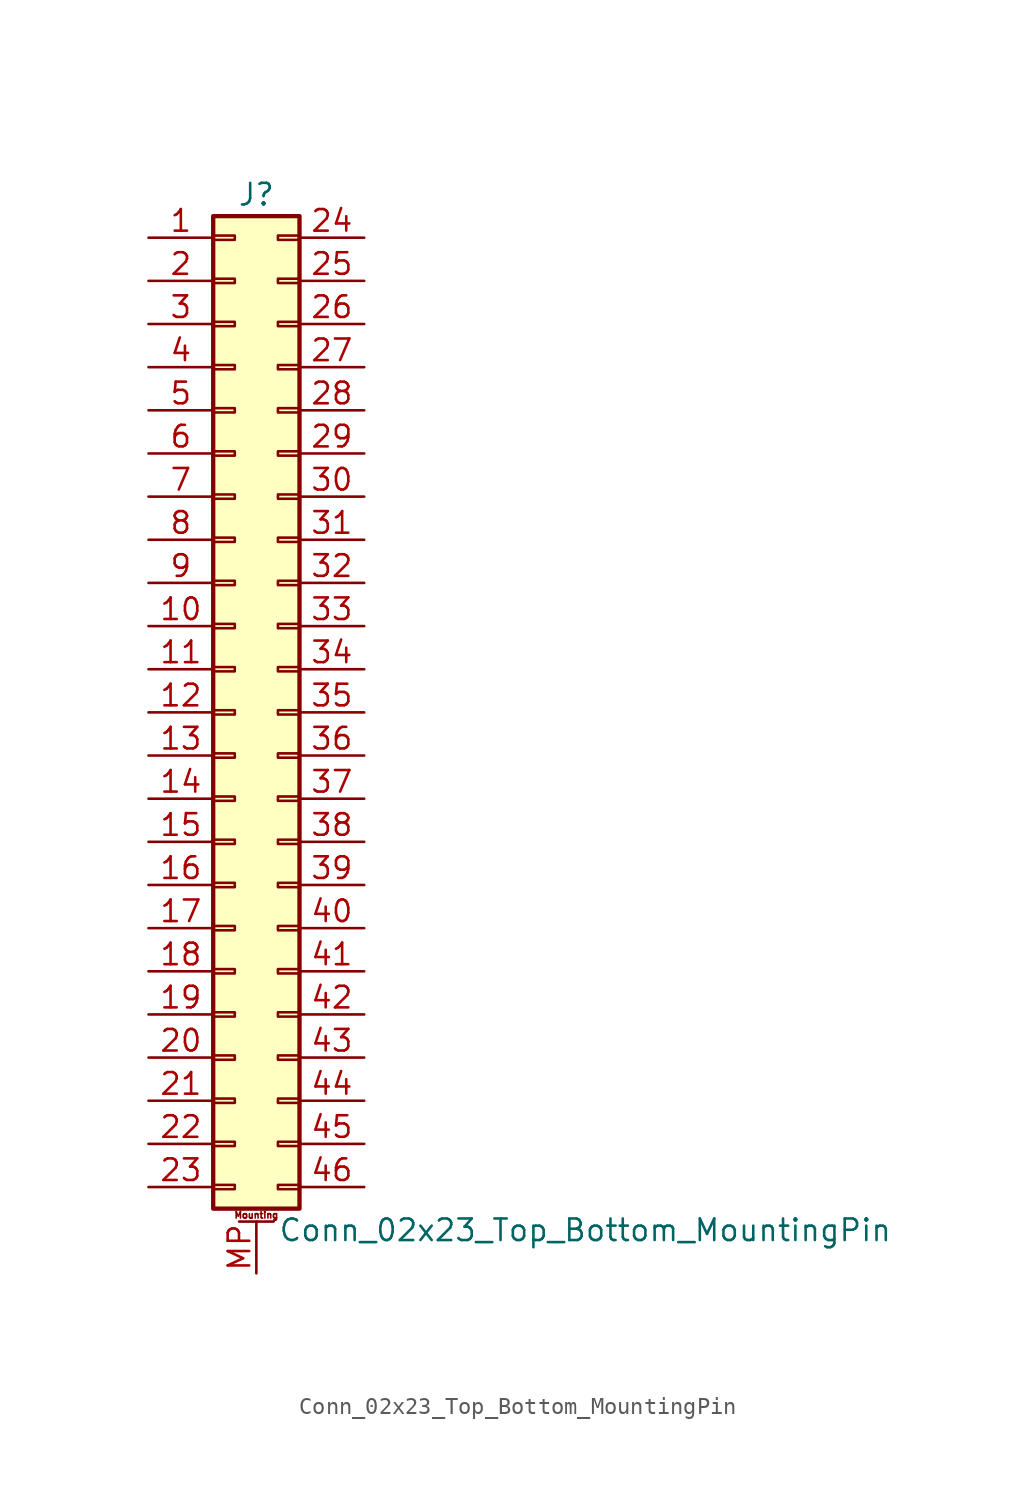
<source format=kicad_sym>
(kicad_symbol_lib
  (version 20201005)
  (generator kicad_symbol_editor)
  (symbol "Conn_02x23_Top_Bottom_MountingPin"
    (pin_names
      (offset 1.016) hide)
    (property "Reference" "J"
      (at 1.27 30.48 0)
      (effects (font (size 1.27 1.27))))
    (property "Value" "Conn_02x23_Top_Bottom_MountingPin"
      (at 2.54 -30.48 0)
      (effects (font (size 1.27 1.27)) (justify left)))
    (symbol "Conn_02x23_Top_Bottom_MountingPin_1_1"
      (text "Mounting" (at 1.27 -29.591 0) (effects (font (size 0.381 0.381))))
      (rectangle (start -1.27 -27.813) (end 0 -28.067) (stroke (width 0.152)) (fill (type none)))
      (rectangle (start -1.27 -25.273) (end 0 -25.527) (stroke (width 0.152)) (fill (type none)))
      (rectangle (start -1.27 -22.733) (end 0 -22.987) (stroke (width 0.152)) (fill (type none)))
      (rectangle (start -1.27 -20.193) (end 0 -20.447) (stroke (width 0.152)) (fill (type none)))
      (rectangle (start -1.27 -17.653) (end 0 -17.907) (stroke (width 0.152)) (fill (type none)))
      (rectangle (start -1.27 -15.113) (end 0 -15.367) (stroke (width 0.152)) (fill (type none)))
      (rectangle (start -1.27 -12.573) (end 0 -12.827) (stroke (width 0.152)) (fill (type none)))
      (rectangle (start -1.27 -10.033) (end 0 -10.287) (stroke (width 0.152)) (fill (type none)))
      (rectangle (start -1.27 -7.493) (end 0 -7.747) (stroke (width 0.152)) (fill (type none)))
      (rectangle (start -1.27 -4.953) (end 0 -5.207) (stroke (width 0.152)) (fill (type none)))
      (rectangle (start -1.27 -2.413) (end 0 -2.667) (stroke (width 0.152)) (fill (type none)))
      (rectangle (start -1.27 0.127) (end 0 -0.127) (stroke (width 0.152)) (fill (type none)))
      (rectangle (start -1.27 2.667) (end 0 2.413) (stroke (width 0.152)) (fill (type none)))
      (rectangle (start -1.27 5.207) (end 0 4.953) (stroke (width 0.152)) (fill (type none)))
      (rectangle (start -1.27 7.747) (end 0 7.493) (stroke (width 0.152)) (fill (type none)))
      (rectangle (start -1.27 10.287) (end 0 10.033) (stroke (width 0.152)) (fill (type none)))
      (rectangle (start -1.27 12.827) (end 0 12.573) (stroke (width 0.152)) (fill (type none)))
      (rectangle (start -1.27 15.367) (end 0 15.113) (stroke (width 0.152)) (fill (type none)))
      (rectangle (start -1.27 17.907) (end 0 17.653) (stroke (width 0.152)) (fill (type none)))
      (rectangle (start -1.27 20.447) (end 0 20.193) (stroke (width 0.152)) (fill (type none)))
      (rectangle (start -1.27 22.987) (end 0 22.733) (stroke (width 0.152)) (fill (type none)))
      (rectangle (start -1.27 25.527) (end 0 25.273) (stroke (width 0.152)) (fill (type none)))
      (rectangle (start -1.27 28.067) (end 0 27.813) (stroke (width 0.152)) (fill (type none)))
      (rectangle (start 3.81 -27.813) (end 2.54 -28.067) (stroke (width 0.152)) (fill (type none)))
      (rectangle (start 3.81 -25.273) (end 2.54 -25.527) (stroke (width 0.152)) (fill (type none)))
      (rectangle (start 3.81 -22.733) (end 2.54 -22.987) (stroke (width 0.152)) (fill (type none)))
      (rectangle (start 3.81 -20.193) (end 2.54 -20.447) (stroke (width 0.152)) (fill (type none)))
      (rectangle (start 3.81 -17.653) (end 2.54 -17.907) (stroke (width 0.152)) (fill (type none)))
      (rectangle (start 3.81 -15.113) (end 2.54 -15.367) (stroke (width 0.152)) (fill (type none)))
      (rectangle (start 3.81 -12.573) (end 2.54 -12.827) (stroke (width 0.152)) (fill (type none)))
      (rectangle (start 3.81 -10.033) (end 2.54 -10.287) (stroke (width 0.152)) (fill (type none)))
      (rectangle (start 3.81 -7.493) (end 2.54 -7.747) (stroke (width 0.152)) (fill (type none)))
      (rectangle (start 3.81 -4.953) (end 2.54 -5.207) (stroke (width 0.152)) (fill (type none)))
      (rectangle (start 3.81 -2.413) (end 2.54 -2.667) (stroke (width 0.152)) (fill (type none)))
      (rectangle (start 3.81 0.127) (end 2.54 -0.127) (stroke (width 0.152)) (fill (type none)))
      (rectangle (start 3.81 2.667) (end 2.54 2.413) (stroke (width 0.152)) (fill (type none)))
      (rectangle (start 3.81 5.207) (end 2.54 4.953) (stroke (width 0.152)) (fill (type none)))
      (rectangle (start 3.81 7.747) (end 2.54 7.493) (stroke (width 0.152)) (fill (type none)))
      (rectangle (start 3.81 10.287) (end 2.54 10.033) (stroke (width 0.152)) (fill (type none)))
      (rectangle (start 3.81 12.827) (end 2.54 12.573) (stroke (width 0.152)) (fill (type none)))
      (rectangle (start 3.81 15.367) (end 2.54 15.113) (stroke (width 0.152)) (fill (type none)))
      (rectangle (start 3.81 17.907) (end 2.54 17.653) (stroke (width 0.152)) (fill (type none)))
      (rectangle (start 3.81 20.447) (end 2.54 20.193) (stroke (width 0.152)) (fill (type none)))
      (rectangle (start 3.81 22.987) (end 2.54 22.733) (stroke (width 0.152)) (fill (type none)))
      (rectangle (start 3.81 25.527) (end 2.54 25.273) (stroke (width 0.152)) (fill (type none)))
      (rectangle (start 3.81 28.067) (end 2.54 27.813) (stroke (width 0.152)) (fill (type none)))
      (rectangle (start -1.27 29.21) (end 3.81 -29.21) (stroke (width 0.254)) (fill (type background)))
      (polyline (pts (xy 0.254 -29.972) (xy 2.286 -29.972)) (stroke (width 0.152)) (fill (type none)))
      (pin passive line (at -5.08 27.94 0) (length 3.81) (name "Pin_1" (effects (font (size 1.27 1.27)))) (number "1" (effects (font (size 1.27 1.27)))))
      (pin passive line (at -5.08 5.08 0) (length 3.81) (name "Pin_10" (effects (font (size 1.27 1.27)))) (number "10" (effects (font (size 1.27 1.27)))))
      (pin passive line (at -5.08 2.54 0) (length 3.81) (name "Pin_11" (effects (font (size 1.27 1.27)))) (number "11" (effects (font (size 1.27 1.27)))))
      (pin passive line (at -5.08 0 0) (length 3.81) (name "Pin_12" (effects (font (size 1.27 1.27)))) (number "12" (effects (font (size 1.27 1.27)))))
      (pin passive line (at -5.08 -2.54 0) (length 3.81) (name "Pin_13" (effects (font (size 1.27 1.27)))) (number "13" (effects (font (size 1.27 1.27)))))
      (pin passive line (at -5.08 -5.08 0) (length 3.81) (name "Pin_14" (effects (font (size 1.27 1.27)))) (number "14" (effects (font (size 1.27 1.27)))))
      (pin passive line (at -5.08 -7.62 0) (length 3.81) (name "Pin_15" (effects (font (size 1.27 1.27)))) (number "15" (effects (font (size 1.27 1.27)))))
      (pin passive line (at -5.08 -10.16 0) (length 3.81) (name "Pin_16" (effects (font (size 1.27 1.27)))) (number "16" (effects (font (size 1.27 1.27)))))
      (pin passive line (at -5.08 -12.7 0) (length 3.81) (name "Pin_17" (effects (font (size 1.27 1.27)))) (number "17" (effects (font (size 1.27 1.27)))))
      (pin passive line (at -5.08 -15.24 0) (length 3.81) (name "Pin_18" (effects (font (size 1.27 1.27)))) (number "18" (effects (font (size 1.27 1.27)))))
      (pin passive line (at -5.08 -17.78 0) (length 3.81) (name "Pin_19" (effects (font (size 1.27 1.27)))) (number "19" (effects (font (size 1.27 1.27)))))
      (pin passive line (at -5.08 25.4 0) (length 3.81) (name "Pin_2" (effects (font (size 1.27 1.27)))) (number "2" (effects (font (size 1.27 1.27)))))
      (pin passive line (at -5.08 -20.32 0) (length 3.81) (name "Pin_20" (effects (font (size 1.27 1.27)))) (number "20" (effects (font (size 1.27 1.27)))))
      (pin passive line (at -5.08 -22.86 0) (length 3.81) (name "Pin_21" (effects (font (size 1.27 1.27)))) (number "21" (effects (font (size 1.27 1.27)))))
      (pin passive line (at -5.08 -25.4 0) (length 3.81) (name "Pin_22" (effects (font (size 1.27 1.27)))) (number "22" (effects (font (size 1.27 1.27)))))
      (pin passive line (at -5.08 -27.94 0) (length 3.81) (name "Pin_23" (effects (font (size 1.27 1.27)))) (number "23" (effects (font (size 1.27 1.27)))))
      (pin passive line (at 7.62 27.94 180) (length 3.81) (name "Pin_24" (effects (font (size 1.27 1.27)))) (number "24" (effects (font (size 1.27 1.27)))))
      (pin passive line (at 7.62 25.4 180) (length 3.81) (name "Pin_25" (effects (font (size 1.27 1.27)))) (number "25" (effects (font (size 1.27 1.27)))))
      (pin passive line (at 7.62 22.86 180) (length 3.81) (name "Pin_26" (effects (font (size 1.27 1.27)))) (number "26" (effects (font (size 1.27 1.27)))))
      (pin passive line (at 7.62 20.32 180) (length 3.81) (name "Pin_27" (effects (font (size 1.27 1.27)))) (number "27" (effects (font (size 1.27 1.27)))))
      (pin passive line (at 7.62 17.78 180) (length 3.81) (name "Pin_28" (effects (font (size 1.27 1.27)))) (number "28" (effects (font (size 1.27 1.27)))))
      (pin passive line (at 7.62 15.24 180) (length 3.81) (name "Pin_29" (effects (font (size 1.27 1.27)))) (number "29" (effects (font (size 1.27 1.27)))))
      (pin passive line (at -5.08 22.86 0) (length 3.81) (name "Pin_3" (effects (font (size 1.27 1.27)))) (number "3" (effects (font (size 1.27 1.27)))))
      (pin passive line (at 7.62 12.7 180) (length 3.81) (name "Pin_30" (effects (font (size 1.27 1.27)))) (number "30" (effects (font (size 1.27 1.27)))))
      (pin passive line (at 7.62 10.16 180) (length 3.81) (name "Pin_31" (effects (font (size 1.27 1.27)))) (number "31" (effects (font (size 1.27 1.27)))))
      (pin passive line (at 7.62 7.62 180) (length 3.81) (name "Pin_32" (effects (font (size 1.27 1.27)))) (number "32" (effects (font (size 1.27 1.27)))))
      (pin passive line (at 7.62 5.08 180) (length 3.81) (name "Pin_33" (effects (font (size 1.27 1.27)))) (number "33" (effects (font (size 1.27 1.27)))))
      (pin passive line (at 7.62 2.54 180) (length 3.81) (name "Pin_34" (effects (font (size 1.27 1.27)))) (number "34" (effects (font (size 1.27 1.27)))))
      (pin passive line (at 7.62 0 180) (length 3.81) (name "Pin_35" (effects (font (size 1.27 1.27)))) (number "35" (effects (font (size 1.27 1.27)))))
      (pin passive line (at 7.62 -2.54 180) (length 3.81) (name "Pin_36" (effects (font (size 1.27 1.27)))) (number "36" (effects (font (size 1.27 1.27)))))
      (pin passive line (at 7.62 -5.08 180) (length 3.81) (name "Pin_37" (effects (font (size 1.27 1.27)))) (number "37" (effects (font (size 1.27 1.27)))))
      (pin passive line (at 7.62 -7.62 180) (length 3.81) (name "Pin_38" (effects (font (size 1.27 1.27)))) (number "38" (effects (font (size 1.27 1.27)))))
      (pin passive line (at 7.62 -10.16 180) (length 3.81) (name "Pin_39" (effects (font (size 1.27 1.27)))) (number "39" (effects (font (size 1.27 1.27)))))
      (pin passive line (at -5.08 20.32 0) (length 3.81) (name "Pin_4" (effects (font (size 1.27 1.27)))) (number "4" (effects (font (size 1.27 1.27)))))
      (pin passive line (at 7.62 -12.7 180) (length 3.81) (name "Pin_40" (effects (font (size 1.27 1.27)))) (number "40" (effects (font (size 1.27 1.27)))))
      (pin passive line (at 7.62 -15.24 180) (length 3.81) (name "Pin_41" (effects (font (size 1.27 1.27)))) (number "41" (effects (font (size 1.27 1.27)))))
      (pin passive line (at 7.62 -17.78 180) (length 3.81) (name "Pin_42" (effects (font (size 1.27 1.27)))) (number "42" (effects (font (size 1.27 1.27)))))
      (pin passive line (at 7.62 -20.32 180) (length 3.81) (name "Pin_43" (effects (font (size 1.27 1.27)))) (number "43" (effects (font (size 1.27 1.27)))))
      (pin passive line (at 7.62 -22.86 180) (length 3.81) (name "Pin_44" (effects (font (size 1.27 1.27)))) (number "44" (effects (font (size 1.27 1.27)))))
      (pin passive line (at 7.62 -25.4 180) (length 3.81) (name "Pin_45" (effects (font (size 1.27 1.27)))) (number "45" (effects (font (size 1.27 1.27)))))
      (pin passive line (at 7.62 -27.94 180) (length 3.81) (name "Pin_46" (effects (font (size 1.27 1.27)))) (number "46" (effects (font (size 1.27 1.27)))))
      (pin passive line (at -5.08 17.78 0) (length 3.81) (name "Pin_5" (effects (font (size 1.27 1.27)))) (number "5" (effects (font (size 1.27 1.27)))))
      (pin passive line (at -5.08 15.24 0) (length 3.81) (name "Pin_6" (effects (font (size 1.27 1.27)))) (number "6" (effects (font (size 1.27 1.27)))))
      (pin passive line (at -5.08 12.7 0) (length 3.81) (name "Pin_7" (effects (font (size 1.27 1.27)))) (number "7" (effects (font (size 1.27 1.27)))))
      (pin passive line (at -5.08 10.16 0) (length 3.81) (name "Pin_8" (effects (font (size 1.27 1.27)))) (number "8" (effects (font (size 1.27 1.27)))))
      (pin passive line (at -5.08 7.62 0) (length 3.81) (name "Pin_9" (effects (font (size 1.27 1.27)))) (number "9" (effects (font (size 1.27 1.27)))))
      (pin passive line (at 1.27 -33.02 90) (length 3.048) (name "MountPin" (effects (font (size 1.27 1.27)))) (number "MP" (effects (font (size 1.27 1.27))))))))
</source>
